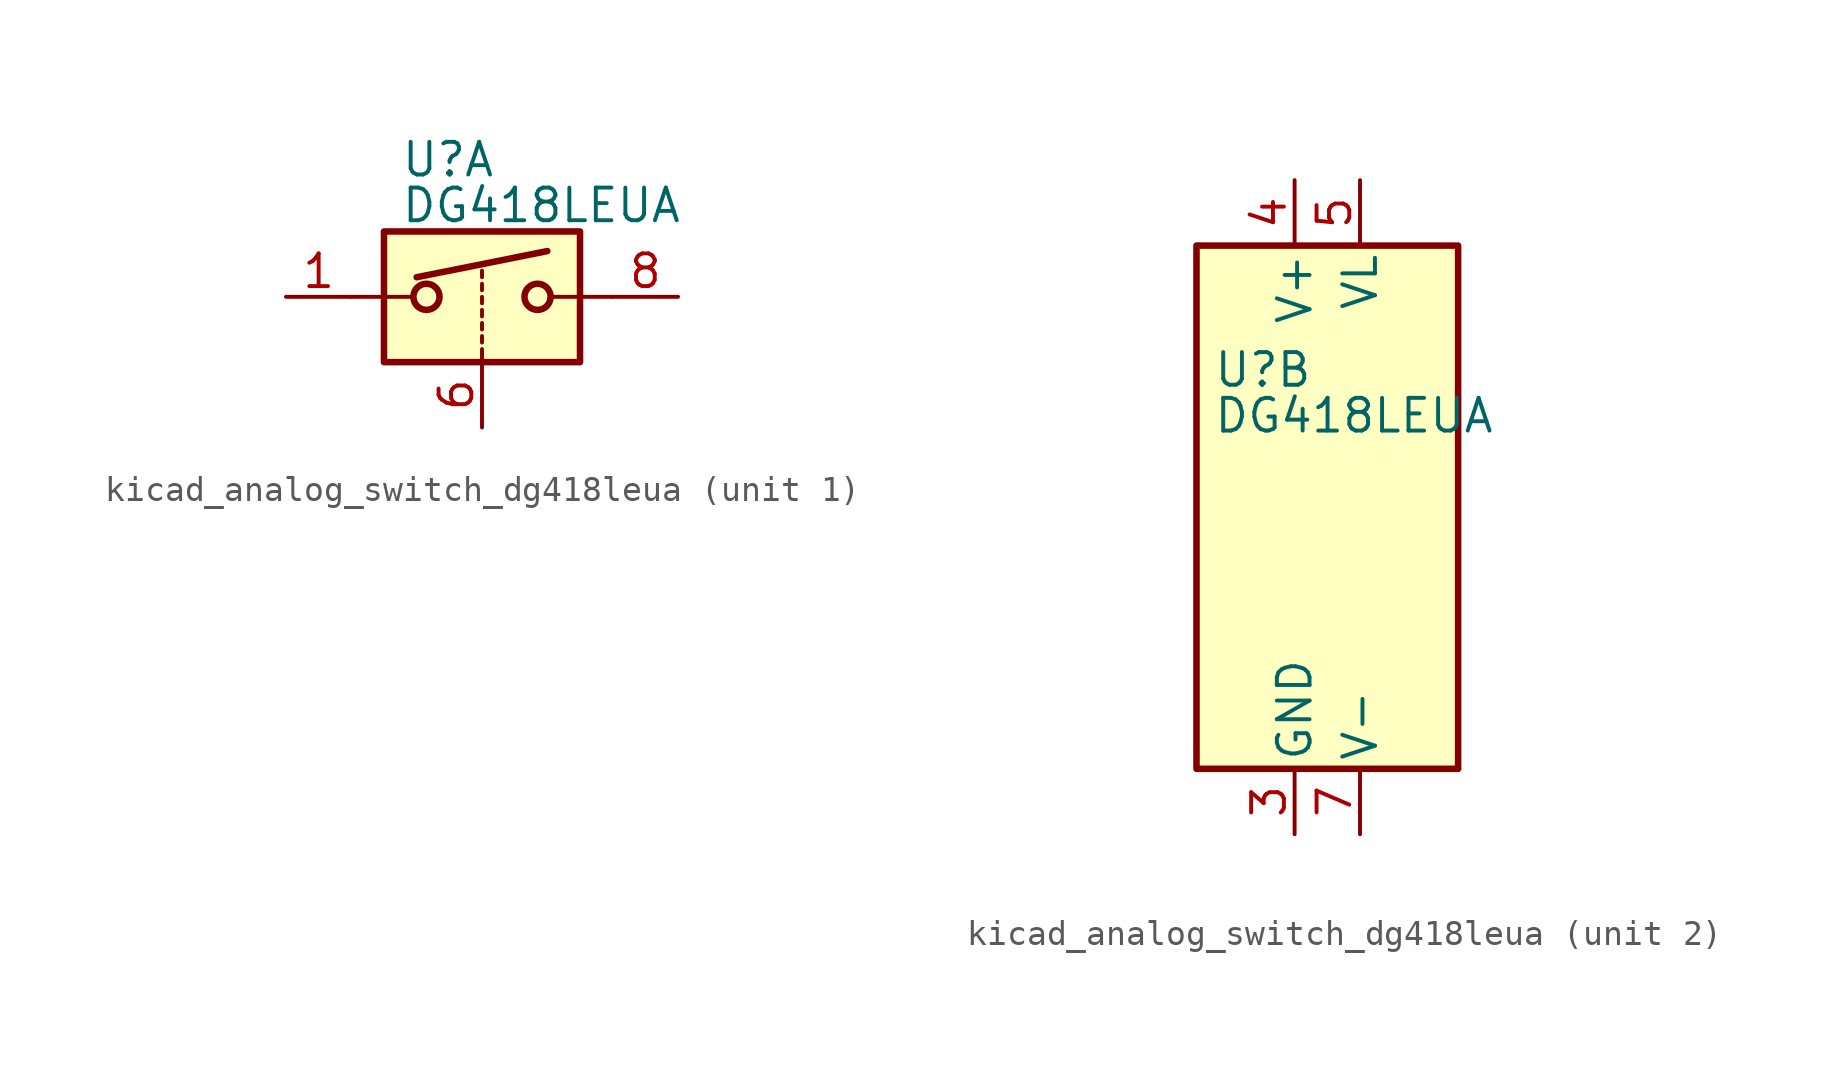
<source format=kicad_sym>
(kicad_symbol_lib
  (version 20220914)
  (generator kicad_symbol_editor)
  (symbol "kicad_analog_switch_dg418leua"
    (pin_names
      (offset 0.254))
    (property "Reference" "U"
      (at -3.175 5.334 0)
      (effects (font (size 1.27 1.27)) (justify left)))
    (property "Value" "DG418LEUA"
      (at -3.175 3.556 0)
      (effects (font (size 1.27 1.27)) (justify left)))
    (symbol "kicad_analog_switch_dg418leua_1_1"
      (rectangle (start -3.81 2.54) (end 3.81 -2.54) (stroke (width 0.254) (type default)) (fill (type background)))
      (circle (center -2.159 0) (radius 0.508) (stroke (width 0.254) (type default)) (fill (type none)))
      (polyline (pts (xy -5.08 0) (xy -2.794 0)) (stroke (width 0) (type default)) (fill (type none)))
      (polyline (pts (xy -2.54 0.762) (xy 2.54 1.778)) (stroke (width 0.254) (type default)) (fill (type none)))
      (polyline (pts (xy 0 -2.54) (xy 0 -2.032)) (stroke (width 0) (type default)) (fill (type none)))
      (polyline (pts (xy 0 -1.778) (xy 0 -1.524)) (stroke (width 0) (type default)) (fill (type none)))
      (polyline (pts (xy 0 -1.27) (xy 0 -1.016)) (stroke (width 0) (type default)) (fill (type none)))
      (polyline (pts (xy 0 -0.762) (xy 0 -0.508)) (stroke (width 0) (type default)) (fill (type none)))
      (polyline (pts (xy 0 -0.254) (xy 0 0)) (stroke (width 0) (type default)) (fill (type none)))
      (polyline (pts (xy 0 0.254) (xy 0 0.508)) (stroke (width 0) (type default)) (fill (type none)))
      (polyline (pts (xy 0 0.762) (xy 0 1.016)) (stroke (width 0) (type default)) (fill (type none)))
      (polyline (pts (xy 5.08 0) (xy 2.794 0)) (stroke (width 0) (type default)) (fill (type none)))
      (circle (center 2.159 0) (radius 0.508) (stroke (width 0.254) (type default)) (fill (type none)))
      (pin passive line (at -7.62 0 0) (length 2.54) (name "~" (effects (font (size 1.27 1.27)))) (number "1" (effects (font (size 1.27 1.27)))))
      (pin input line (at 0 -5.08 90) (length 2.54) (name "~" (effects (font (size 1.27 1.27)))) (number "6" (effects (font (size 1.27 1.27)))))
      (pin passive line (at 7.62 0 180) (length 2.54) (name "~" (effects (font (size 1.27 1.27)))) (number "8" (effects (font (size 1.27 1.27))))))
    (symbol "kicad_analog_switch_dg418leua_2_0"
      (pin no_connect line (at -2.54 10.16 270) (length 2.54) hide (name "NC" (effects (font (size 1.27 1.27)))) (number "2" (effects (font (size 1.27 1.27)))))
      (pin power_in line (at 0 -12.7 90) (length 2.54) (name "GND" (effects (font (size 1.27 1.27)))) (number "3" (effects (font (size 1.27 1.27)))))
      (pin power_in line (at 0 12.7 270) (length 2.54) (name "V+" (effects (font (size 1.27 1.27)))) (number "4" (effects (font (size 1.27 1.27)))))
      (pin power_in line (at 2.54 12.7 270) (length 2.54) (name "VL" (effects (font (size 1.27 1.27)))) (number "5" (effects (font (size 1.27 1.27)))))
      (pin power_in line (at 2.54 -12.7 90) (length 2.54) (name "V-" (effects (font (size 1.27 1.27)))) (number "7" (effects (font (size 1.27 1.27))))))
    (symbol "kicad_analog_switch_dg418leua_2_1"
      (rectangle (start -3.81 10.16) (end 6.35 -10.16) (stroke (width 0.254) (type default)) (fill (type background))))))
</source>
